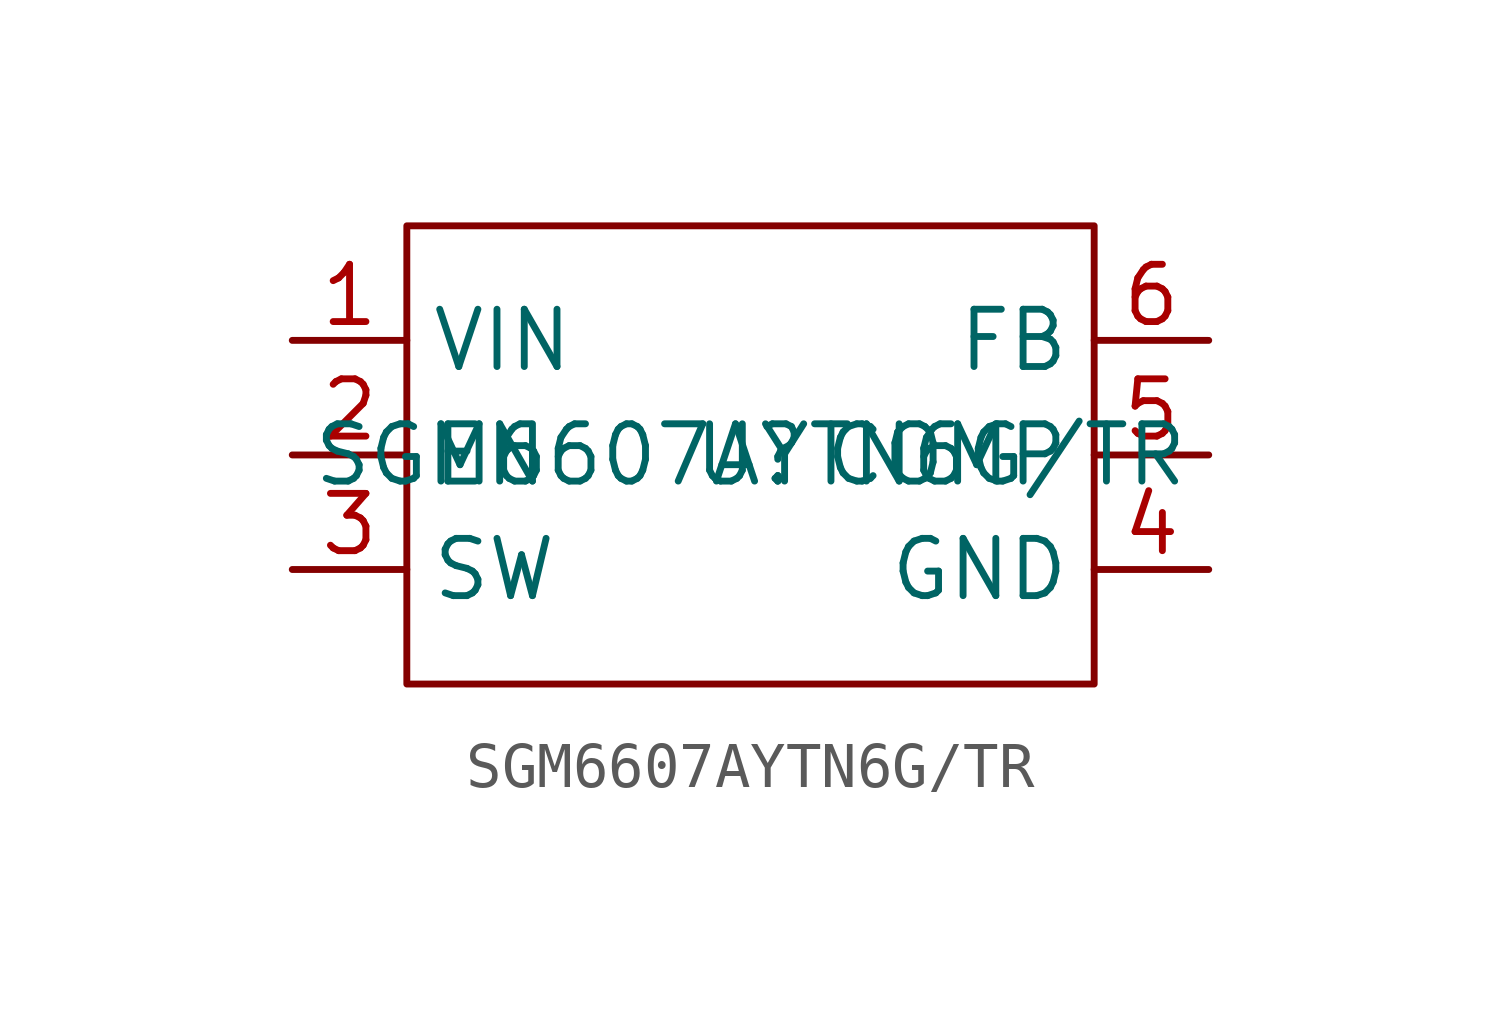
<source format=kicad_sym>
(kicad_symbol_lib
  (version 20241209)
  (generator "kicad_symbol_editor")
  (generator_version "9.0")
  (symbol "SGM6607AYTN6G/TR"
    (property "Reference" "U"
      (at 0 0 0)
      (effects (font (size 1.27 1.27))))
    (property "Value" "SGM6607AYTN6G/TR"
      (at 0 0 0)
      (effects (font (size 1.27 1.27))))
    (symbol "SGM6607AYTN6G/TR_1_0"
      (rectangle (start -7.62 5.08) (end 7.62 -5.08) (stroke (width 0) (type default)) (fill (type none)))
      (pin unspecified line (at -10.16 2.54 0) (length 2.54) (name "VIN" (effects (font (size 1.27 1.27)))) (number "1" (effects (font (size 1.27 1.27)))))
      (pin unspecified line (at -10.16 0 0) (length 2.54) (name "EN" (effects (font (size 1.27 1.27)))) (number "2" (effects (font (size 1.27 1.27)))))
      (pin unspecified line (at -10.16 -2.54 0) (length 2.54) (name "SW" (effects (font (size 1.27 1.27)))) (number "3" (effects (font (size 1.27 1.27)))))
      (pin unspecified line (at 10.16 2.54 180) (length 2.54) (name "FB" (effects (font (size 1.27 1.27)))) (number "6" (effects (font (size 1.27 1.27)))))
      (pin unspecified line (at 10.16 0 180) (length 2.54) (name "COMP" (effects (font (size 1.27 1.27)))) (number "5" (effects (font (size 1.27 1.27)))))
      (pin unspecified line (at 10.16 -2.54 180) (length 2.54) (name "GND" (effects (font (size 1.27 1.27)))) (number "4" (effects (font (size 1.27 1.27))))))))
</source>
